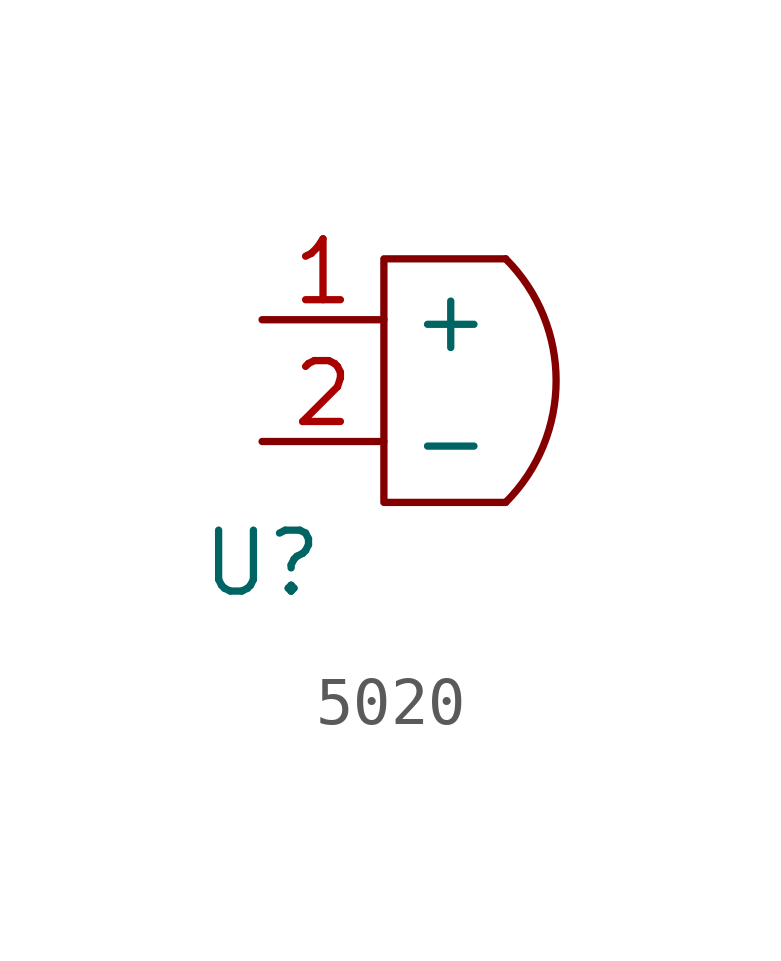
<source format=kicad_sym>
(kicad_symbol_lib
  (version 20220914)
  (generator kicad_symbol_editor)
  (symbol "5020"
    (property "Reference" "U"
      (at -3.81 -3.81 0)
      (effects (font (size 1.27 1.27))))
    (property "Value" ""
      (at -3.81 -1.27 0)
      (effects (font (size 1.27 1.27))))
    (symbol "5020_0_1"
      (polyline (pts (xy 1.27 2.54) (xy -1.27 2.54) (xy -1.27 -2.54) (xy 1.27 -2.54)) (stroke (width 0) (type default)) (fill (type none)))
      (arc (start 1.27 -2.54) (mid 2.3221 0) (end 1.27 2.54) (stroke (width 0) (type default)) (fill (type none))))
    (symbol "5020_1_1"
      (pin input line (at -3.81 1.27 0) (length 2.54) (name "+" (effects (font (size 1.27 1.27)))) (number "1" (effects (font (size 1.27 1.27)))))
      (pin input line (at -3.81 -1.27 0) (length 2.54) (name "-" (effects (font (size 1.27 1.27)))) (number "2" (effects (font (size 1.27 1.27)))))
      (pin no_connect line (at 0 -5.08 90) (length 2.54) hide (name "" (effects (font (size 1.27 1.27)))) (number "3" (effects (font (size 1.27 1.27))))))))
</source>
